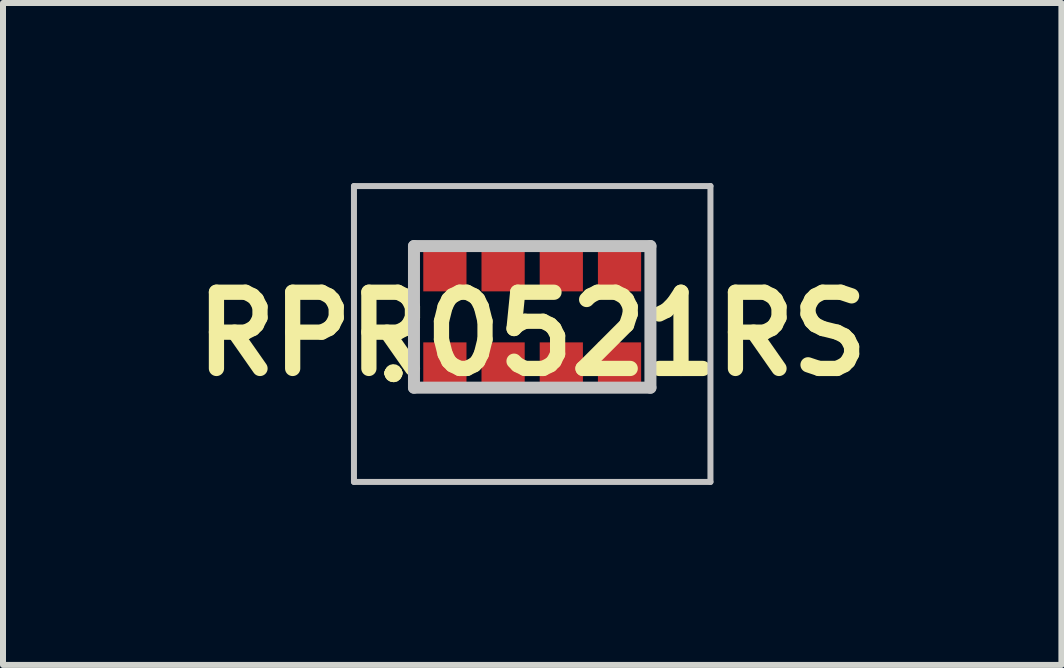
<source format=kicad_pcb>
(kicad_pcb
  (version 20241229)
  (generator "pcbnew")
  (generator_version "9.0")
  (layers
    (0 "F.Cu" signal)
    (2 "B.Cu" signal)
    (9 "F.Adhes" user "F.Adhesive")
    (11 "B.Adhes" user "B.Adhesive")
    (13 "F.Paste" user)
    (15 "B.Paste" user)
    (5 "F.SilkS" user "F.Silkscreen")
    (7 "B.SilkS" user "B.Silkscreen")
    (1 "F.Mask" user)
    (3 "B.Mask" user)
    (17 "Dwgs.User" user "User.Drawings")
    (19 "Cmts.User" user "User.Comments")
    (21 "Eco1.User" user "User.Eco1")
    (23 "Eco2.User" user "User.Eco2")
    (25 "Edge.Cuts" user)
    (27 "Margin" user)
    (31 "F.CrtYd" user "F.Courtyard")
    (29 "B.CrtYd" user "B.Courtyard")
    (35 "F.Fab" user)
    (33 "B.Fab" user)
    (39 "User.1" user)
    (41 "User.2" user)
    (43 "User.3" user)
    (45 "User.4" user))
  (footprint "RPR0521RS"
    (layer "F.Cu")
    (at 5.818 2.23)
    (property "Reference" "RPR0521RS" (at 0 0.285 0) (layer "F.SilkS") (effects (font (size 1.27 1.27) (thickness 0.254))))
    (attr smd)
    (fp_line (start -2.362 0.938) (end -2.362 0.938) (stroke (width 0.2) (type solid)) (layer "F.SilkS"))
    (fp_line (start -2.362 0.938) (end -2.362 0.938) (stroke (width 0.2) (type solid)) (layer "F.SilkS"))
    (fp_line (start -2.262 0.938) (end -2.262 0.938) (stroke (width 0.2) (type solid)) (layer "F.SilkS"))
    (fp_arc (start -2.362 0.938) (mid -2.312 0.888) (end -2.262 0.938) (stroke (width 0.2) (type solid)) (layer "F.SilkS"))
    (fp_arc (start -2.262 0.938) (mid -2.312 0.988) (end -2.362 0.938) (stroke (width 0.2) (type solid)) (layer "F.SilkS"))
    (fp_arc (start -2.262 0.938) (mid -2.312 0.988) (end -2.362 0.938) (stroke (width 0.2) (type solid)) (layer "F.SilkS"))
    (fp_line (start -2.97 -2.18) (end 2.97 -2.18) (stroke (width 0.1) (type solid)) (layer "Dwgs.User"))
    (fp_line (start -2.97 2.75) (end -2.97 -2.18) (stroke (width 0.1) (type solid)) (layer "Dwgs.User"))
    (fp_line (start -1.97 -1.18) (end -1.97 1.18) (stroke (width 0.2) (type solid)) (layer "Dwgs.User"))
    (fp_line (start -1.97 1.18) (end 1.97 1.18) (stroke (width 0.2) (type solid)) (layer "Dwgs.User"))
    (fp_line (start 1.97 -1.18) (end -1.97 -1.18) (stroke (width 0.2) (type solid)) (layer "Dwgs.User"))
    (fp_line (start 1.97 1.18) (end 1.97 -1.18) (stroke (width 0.2) (type solid)) (layer "Dwgs.User"))
    (fp_line (start 2.97 -2.18) (end 2.97 2.75) (stroke (width 0.1) (type solid)) (layer "Dwgs.User"))
    (fp_line (start 2.97 2.75) (end -2.97 2.75) (stroke (width 0.1) (type solid)) (layer "Dwgs.User"))
    (pad "1" smd rect (at -1.455 0.775 90) (size 0.7 0.72) (layers "F.Cu" "F.Mask" "F.Paste"))
    (pad "2" smd rect (at -0.485 0.775 90) (size 0.7 0.72) (layers "F.Cu" "F.Mask" "F.Paste"))
    (pad "3" smd rect (at 0.485 0.775 90) (size 0.7 0.72) (layers "F.Cu" "F.Mask" "F.Paste"))
    (pad "4" smd rect (at 1.455 0.775 90) (size 0.7 0.72) (layers "F.Cu" "F.Mask" "F.Paste"))
    (pad "5" smd rect (at 1.455 -0.775 90) (size 0.7 0.72) (layers "F.Cu" "F.Mask" "F.Paste"))
    (pad "6" smd rect (at 0.485 -0.775 90) (size 0.7 0.72) (layers "F.Cu" "F.Mask" "F.Paste"))
    (pad "7" smd rect (at -0.485 -0.775 90) (size 0.7 0.72) (layers "F.Cu" "F.Mask" "F.Paste"))
    (pad "8" smd rect (at -1.455 -0.775 90) (size 0.7 0.72) (layers "F.Cu" "F.Mask" "F.Paste")))
  (gr_rect
    (start -3 -3)
    (end 14.636 8.03)
    (stroke (width 0.1) (type default))
    (fill no)
    (layer "Edge.Cuts")))
</source>
